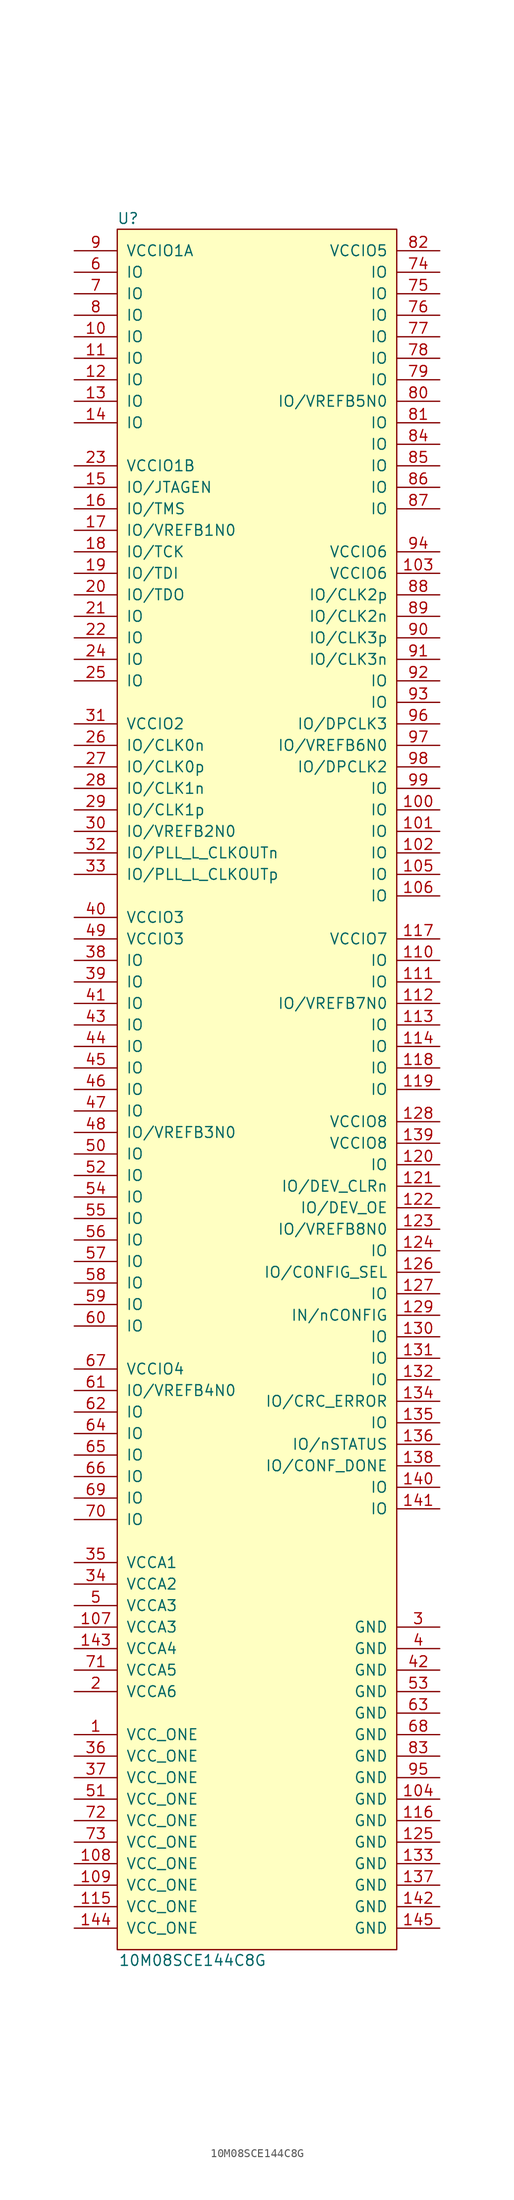
<source format=kicad_sym>
(kicad_symbol_lib
  (version 20241209)
  (generator "kicad_symbol_editor")
  (generator_version "9.0")
  (symbol "10M08SCE144C8G"
    (pin_names
      (offset 1.016))
    (property "Reference" "U"
      (at 1.27 1.27 0)
      (effects (font (size 1.27 1.27))))
    (property "Value" "10M08SCE144C8G"
      (at 8.89 -204.47 0)
      (effects (font (size 1.27 1.27))))
    (symbol "10M08SCE144C8G_0_1"
      (rectangle (start 0 0) (end 33.02 -203.2) (stroke (width 0) (type solid)) (fill (type background))))
    (symbol "10M08SCE144C8G_1_1"
      (pin power_in line (at -5.08 -2.54 0) (length 5.08) (name "VCCIO1A" (effects (font (size 1.27 1.27)))) (number "9" (effects (font (size 1.27 1.27)))))
      (pin bidirectional line (at -5.08 -5.08 0) (length 5.08) (name "IO" (effects (font (size 1.27 1.27)))) (number "6" (effects (font (size 1.27 1.27)))))
      (pin bidirectional line (at -5.08 -7.62 0) (length 5.08) (name "IO" (effects (font (size 1.27 1.27)))) (number "7" (effects (font (size 1.27 1.27)))))
      (pin bidirectional line (at -5.08 -10.16 0) (length 5.08) (name "IO" (effects (font (size 1.27 1.27)))) (number "8" (effects (font (size 1.27 1.27)))))
      (pin bidirectional line (at -5.08 -12.7 0) (length 5.08) (name "IO" (effects (font (size 1.27 1.27)))) (number "10" (effects (font (size 1.27 1.27)))))
      (pin bidirectional line (at -5.08 -15.24 0) (length 5.08) (name "IO" (effects (font (size 1.27 1.27)))) (number "11" (effects (font (size 1.27 1.27)))))
      (pin bidirectional line (at -5.08 -17.78 0) (length 5.08) (name "IO" (effects (font (size 1.27 1.27)))) (number "12" (effects (font (size 1.27 1.27)))))
      (pin bidirectional line (at -5.08 -20.32 0) (length 5.08) (name "IO" (effects (font (size 1.27 1.27)))) (number "13" (effects (font (size 1.27 1.27)))))
      (pin bidirectional line (at -5.08 -22.86 0) (length 5.08) (name "IO" (effects (font (size 1.27 1.27)))) (number "14" (effects (font (size 1.27 1.27)))))
      (pin power_in line (at -5.08 -27.94 0) (length 5.08) (name "VCCIO1B" (effects (font (size 1.27 1.27)))) (number "23" (effects (font (size 1.27 1.27)))))
      (pin bidirectional line (at -5.08 -30.48 0) (length 5.08) (name "IO/JTAGEN" (effects (font (size 1.27 1.27)))) (number "15" (effects (font (size 1.27 1.27)))))
      (pin bidirectional line (at -5.08 -33.02 0) (length 5.08) (name "IO/TMS" (effects (font (size 1.27 1.27)))) (number "16" (effects (font (size 1.27 1.27)))))
      (pin bidirectional line (at -5.08 -35.56 0) (length 5.08) (name "IO/VREFB1N0" (effects (font (size 1.27 1.27)))) (number "17" (effects (font (size 1.27 1.27)))))
      (pin bidirectional line (at -5.08 -38.1 0) (length 5.08) (name "IO/TCK" (effects (font (size 1.27 1.27)))) (number "18" (effects (font (size 1.27 1.27)))))
      (pin bidirectional line (at -5.08 -40.64 0) (length 5.08) (name "IO/TDI" (effects (font (size 1.27 1.27)))) (number "19" (effects (font (size 1.27 1.27)))))
      (pin bidirectional line (at -5.08 -43.18 0) (length 5.08) (name "IO/TDO" (effects (font (size 1.27 1.27)))) (number "20" (effects (font (size 1.27 1.27)))))
      (pin bidirectional line (at -5.08 -45.72 0) (length 5.08) (name "IO" (effects (font (size 1.27 1.27)))) (number "21" (effects (font (size 1.27 1.27)))))
      (pin bidirectional line (at -5.08 -48.26 0) (length 5.08) (name "IO" (effects (font (size 1.27 1.27)))) (number "22" (effects (font (size 1.27 1.27)))))
      (pin bidirectional line (at -5.08 -50.8 0) (length 5.08) (name "IO" (effects (font (size 1.27 1.27)))) (number "24" (effects (font (size 1.27 1.27)))))
      (pin bidirectional line (at -5.08 -53.34 0) (length 5.08) (name "IO" (effects (font (size 1.27 1.27)))) (number "25" (effects (font (size 1.27 1.27)))))
      (pin power_in line (at -5.08 -58.42 0) (length 5.08) (name "VCCIO2" (effects (font (size 1.27 1.27)))) (number "31" (effects (font (size 1.27 1.27)))))
      (pin bidirectional line (at -5.08 -60.96 0) (length 5.08) (name "IO/CLK0n" (effects (font (size 1.27 1.27)))) (number "26" (effects (font (size 1.27 1.27)))))
      (pin bidirectional line (at -5.08 -63.5 0) (length 5.08) (name "IO/CLK0p" (effects (font (size 1.27 1.27)))) (number "27" (effects (font (size 1.27 1.27)))))
      (pin bidirectional line (at -5.08 -66.04 0) (length 5.08) (name "IO/CLK1n" (effects (font (size 1.27 1.27)))) (number "28" (effects (font (size 1.27 1.27)))))
      (pin bidirectional line (at -5.08 -68.58 0) (length 5.08) (name "IO/CLK1p" (effects (font (size 1.27 1.27)))) (number "29" (effects (font (size 1.27 1.27)))))
      (pin bidirectional line (at -5.08 -71.12 0) (length 5.08) (name "IO/VREFB2N0" (effects (font (size 1.27 1.27)))) (number "30" (effects (font (size 1.27 1.27)))))
      (pin bidirectional line (at -5.08 -73.66 0) (length 5.08) (name "IO/PLL_L_CLKOUTn" (effects (font (size 1.27 1.27)))) (number "32" (effects (font (size 1.27 1.27)))))
      (pin bidirectional line (at -5.08 -76.2 0) (length 5.08) (name "IO/PLL_L_CLKOUTp" (effects (font (size 1.27 1.27)))) (number "33" (effects (font (size 1.27 1.27)))))
      (pin power_in line (at -5.08 -81.28 0) (length 5.08) (name "VCCIO3" (effects (font (size 1.27 1.27)))) (number "40" (effects (font (size 1.27 1.27)))))
      (pin power_in line (at -5.08 -83.82 0) (length 5.08) (name "VCCIO3" (effects (font (size 1.27 1.27)))) (number "49" (effects (font (size 1.27 1.27)))))
      (pin bidirectional line (at -5.08 -86.36 0) (length 5.08) (name "IO" (effects (font (size 1.27 1.27)))) (number "38" (effects (font (size 1.27 1.27)))))
      (pin bidirectional line (at -5.08 -88.9 0) (length 5.08) (name "IO" (effects (font (size 1.27 1.27)))) (number "39" (effects (font (size 1.27 1.27)))))
      (pin bidirectional line (at -5.08 -91.44 0) (length 5.08) (name "IO" (effects (font (size 1.27 1.27)))) (number "41" (effects (font (size 1.27 1.27)))))
      (pin bidirectional line (at -5.08 -93.98 0) (length 5.08) (name "IO" (effects (font (size 1.27 1.27)))) (number "43" (effects (font (size 1.27 1.27)))))
      (pin bidirectional line (at -5.08 -96.52 0) (length 5.08) (name "IO" (effects (font (size 1.27 1.27)))) (number "44" (effects (font (size 1.27 1.27)))))
      (pin bidirectional line (at -5.08 -99.06 0) (length 5.08) (name "IO" (effects (font (size 1.27 1.27)))) (number "45" (effects (font (size 1.27 1.27)))))
      (pin bidirectional line (at -5.08 -101.6 0) (length 5.08) (name "IO" (effects (font (size 1.27 1.27)))) (number "46" (effects (font (size 1.27 1.27)))))
      (pin bidirectional line (at -5.08 -104.14 0) (length 5.08) (name "IO" (effects (font (size 1.27 1.27)))) (number "47" (effects (font (size 1.27 1.27)))))
      (pin bidirectional line (at -5.08 -106.68 0) (length 5.08) (name "IO/VREFB3N0" (effects (font (size 1.27 1.27)))) (number "48" (effects (font (size 1.27 1.27)))))
      (pin bidirectional line (at -5.08 -109.22 0) (length 5.08) (name "IO" (effects (font (size 1.27 1.27)))) (number "50" (effects (font (size 1.27 1.27)))))
      (pin bidirectional line (at -5.08 -111.76 0) (length 5.08) (name "IO" (effects (font (size 1.27 1.27)))) (number "52" (effects (font (size 1.27 1.27)))))
      (pin bidirectional line (at -5.08 -114.3 0) (length 5.08) (name "IO" (effects (font (size 1.27 1.27)))) (number "54" (effects (font (size 1.27 1.27)))))
      (pin bidirectional line (at -5.08 -116.84 0) (length 5.08) (name "IO" (effects (font (size 1.27 1.27)))) (number "55" (effects (font (size 1.27 1.27)))))
      (pin bidirectional line (at -5.08 -119.38 0) (length 5.08) (name "IO" (effects (font (size 1.27 1.27)))) (number "56" (effects (font (size 1.27 1.27)))))
      (pin bidirectional line (at -5.08 -121.92 0) (length 5.08) (name "IO" (effects (font (size 1.27 1.27)))) (number "57" (effects (font (size 1.27 1.27)))))
      (pin bidirectional line (at -5.08 -124.46 0) (length 5.08) (name "IO" (effects (font (size 1.27 1.27)))) (number "58" (effects (font (size 1.27 1.27)))))
      (pin bidirectional line (at -5.08 -127 0) (length 5.08) (name "IO" (effects (font (size 1.27 1.27)))) (number "59" (effects (font (size 1.27 1.27)))))
      (pin bidirectional line (at -5.08 -129.54 0) (length 5.08) (name "IO" (effects (font (size 1.27 1.27)))) (number "60" (effects (font (size 1.27 1.27)))))
      (pin power_in line (at -5.08 -134.62 0) (length 5.08) (name "VCCIO4" (effects (font (size 1.27 1.27)))) (number "67" (effects (font (size 1.27 1.27)))))
      (pin bidirectional line (at -5.08 -137.16 0) (length 5.08) (name "IO/VREFB4N0" (effects (font (size 1.27 1.27)))) (number "61" (effects (font (size 1.27 1.27)))))
      (pin bidirectional line (at -5.08 -139.7 0) (length 5.08) (name "IO" (effects (font (size 1.27 1.27)))) (number "62" (effects (font (size 1.27 1.27)))))
      (pin bidirectional line (at -5.08 -142.24 0) (length 5.08) (name "IO" (effects (font (size 1.27 1.27)))) (number "64" (effects (font (size 1.27 1.27)))))
      (pin bidirectional line (at -5.08 -144.78 0) (length 5.08) (name "IO" (effects (font (size 1.27 1.27)))) (number "65" (effects (font (size 1.27 1.27)))))
      (pin bidirectional line (at -5.08 -147.32 0) (length 5.08) (name "IO" (effects (font (size 1.27 1.27)))) (number "66" (effects (font (size 1.27 1.27)))))
      (pin bidirectional line (at -5.08 -149.86 0) (length 5.08) (name "IO" (effects (font (size 1.27 1.27)))) (number "69" (effects (font (size 1.27 1.27)))))
      (pin bidirectional line (at -5.08 -152.4 0) (length 5.08) (name "IO" (effects (font (size 1.27 1.27)))) (number "70" (effects (font (size 1.27 1.27)))))
      (pin power_in line (at -5.08 -157.48 0) (length 5.08) (name "VCCA1" (effects (font (size 1.27 1.27)))) (number "35" (effects (font (size 1.27 1.27)))))
      (pin power_in line (at -5.08 -160.02 0) (length 5.08) (name "VCCA2" (effects (font (size 1.27 1.27)))) (number "34" (effects (font (size 1.27 1.27)))))
      (pin power_in line (at -5.08 -162.56 0) (length 5.08) (name "VCCA3" (effects (font (size 1.27 1.27)))) (number "5" (effects (font (size 1.27 1.27)))))
      (pin power_in line (at -5.08 -165.1 0) (length 5.08) (name "VCCA3" (effects (font (size 1.27 1.27)))) (number "107" (effects (font (size 1.27 1.27)))))
      (pin power_in line (at -5.08 -167.64 0) (length 5.08) (name "VCCA4" (effects (font (size 1.27 1.27)))) (number "143" (effects (font (size 1.27 1.27)))))
      (pin power_in line (at -5.08 -170.18 0) (length 5.08) (name "VCCA5" (effects (font (size 1.27 1.27)))) (number "71" (effects (font (size 1.27 1.27)))))
      (pin power_in line (at -5.08 -172.72 0) (length 5.08) (name "VCCA6" (effects (font (size 1.27 1.27)))) (number "2" (effects (font (size 1.27 1.27)))))
      (pin power_in line (at -5.08 -177.8 0) (length 5.08) (name "VCC_ONE" (effects (font (size 1.27 1.27)))) (number "1" (effects (font (size 1.27 1.27)))))
      (pin power_in line (at -5.08 -180.34 0) (length 5.08) (name "VCC_ONE" (effects (font (size 1.27 1.27)))) (number "36" (effects (font (size 1.27 1.27)))))
      (pin power_in line (at -5.08 -182.88 0) (length 5.08) (name "VCC_ONE" (effects (font (size 1.27 1.27)))) (number "37" (effects (font (size 1.27 1.27)))))
      (pin power_in line (at -5.08 -185.42 0) (length 5.08) (name "VCC_ONE" (effects (font (size 1.27 1.27)))) (number "51" (effects (font (size 1.27 1.27)))))
      (pin power_in line (at -5.08 -187.96 0) (length 5.08) (name "VCC_ONE" (effects (font (size 1.27 1.27)))) (number "72" (effects (font (size 1.27 1.27)))))
      (pin power_in line (at -5.08 -190.5 0) (length 5.08) (name "VCC_ONE" (effects (font (size 1.27 1.27)))) (number "73" (effects (font (size 1.27 1.27)))))
      (pin power_in line (at -5.08 -193.04 0) (length 5.08) (name "VCC_ONE" (effects (font (size 1.27 1.27)))) (number "108" (effects (font (size 1.27 1.27)))))
      (pin power_in line (at -5.08 -195.58 0) (length 5.08) (name "VCC_ONE" (effects (font (size 1.27 1.27)))) (number "109" (effects (font (size 1.27 1.27)))))
      (pin power_in line (at -5.08 -198.12 0) (length 5.08) (name "VCC_ONE" (effects (font (size 1.27 1.27)))) (number "115" (effects (font (size 1.27 1.27)))))
      (pin power_in line (at -5.08 -200.66 0) (length 5.08) (name "VCC_ONE" (effects (font (size 1.27 1.27)))) (number "144" (effects (font (size 1.27 1.27)))))
      (pin power_in line (at 38.1 -2.54 180) (length 5.08) (name "VCCIO5" (effects (font (size 1.27 1.27)))) (number "82" (effects (font (size 1.27 1.27)))))
      (pin bidirectional line (at 38.1 -5.08 180) (length 5.08) (name "IO" (effects (font (size 1.27 1.27)))) (number "74" (effects (font (size 1.27 1.27)))))
      (pin bidirectional line (at 38.1 -7.62 180) (length 5.08) (name "IO" (effects (font (size 1.27 1.27)))) (number "75" (effects (font (size 1.27 1.27)))))
      (pin bidirectional line (at 38.1 -10.16 180) (length 5.08) (name "IO" (effects (font (size 1.27 1.27)))) (number "76" (effects (font (size 1.27 1.27)))))
      (pin bidirectional line (at 38.1 -12.7 180) (length 5.08) (name "IO" (effects (font (size 1.27 1.27)))) (number "77" (effects (font (size 1.27 1.27)))))
      (pin bidirectional line (at 38.1 -15.24 180) (length 5.08) (name "IO" (effects (font (size 1.27 1.27)))) (number "78" (effects (font (size 1.27 1.27)))))
      (pin bidirectional line (at 38.1 -17.78 180) (length 5.08) (name "IO" (effects (font (size 1.27 1.27)))) (number "79" (effects (font (size 1.27 1.27)))))
      (pin bidirectional line (at 38.1 -20.32 180) (length 5.08) (name "IO/VREFB5N0" (effects (font (size 1.27 1.27)))) (number "80" (effects (font (size 1.27 1.27)))))
      (pin bidirectional line (at 38.1 -22.86 180) (length 5.08) (name "IO" (effects (font (size 1.27 1.27)))) (number "81" (effects (font (size 1.27 1.27)))))
      (pin bidirectional line (at 38.1 -25.4 180) (length 5.08) (name "IO" (effects (font (size 1.27 1.27)))) (number "84" (effects (font (size 1.27 1.27)))))
      (pin bidirectional line (at 38.1 -27.94 180) (length 5.08) (name "IO" (effects (font (size 1.27 1.27)))) (number "85" (effects (font (size 1.27 1.27)))))
      (pin bidirectional line (at 38.1 -30.48 180) (length 5.08) (name "IO" (effects (font (size 1.27 1.27)))) (number "86" (effects (font (size 1.27 1.27)))))
      (pin bidirectional line (at 38.1 -33.02 180) (length 5.08) (name "IO" (effects (font (size 1.27 1.27)))) (number "87" (effects (font (size 1.27 1.27)))))
      (pin power_in line (at 38.1 -38.1 180) (length 5.08) (name "VCCIO6" (effects (font (size 1.27 1.27)))) (number "94" (effects (font (size 1.27 1.27)))))
      (pin power_in line (at 38.1 -40.64 180) (length 5.08) (name "VCCIO6" (effects (font (size 1.27 1.27)))) (number "103" (effects (font (size 1.27 1.27)))))
      (pin bidirectional line (at 38.1 -43.18 180) (length 5.08) (name "IO/CLK2p" (effects (font (size 1.27 1.27)))) (number "88" (effects (font (size 1.27 1.27)))))
      (pin bidirectional line (at 38.1 -45.72 180) (length 5.08) (name "IO/CLK2n" (effects (font (size 1.27 1.27)))) (number "89" (effects (font (size 1.27 1.27)))))
      (pin bidirectional line (at 38.1 -48.26 180) (length 5.08) (name "IO/CLK3p" (effects (font (size 1.27 1.27)))) (number "90" (effects (font (size 1.27 1.27)))))
      (pin bidirectional line (at 38.1 -50.8 180) (length 5.08) (name "IO/CLK3n" (effects (font (size 1.27 1.27)))) (number "91" (effects (font (size 1.27 1.27)))))
      (pin bidirectional line (at 38.1 -53.34 180) (length 5.08) (name "IO" (effects (font (size 1.27 1.27)))) (number "92" (effects (font (size 1.27 1.27)))))
      (pin bidirectional line (at 38.1 -55.88 180) (length 5.08) (name "IO" (effects (font (size 1.27 1.27)))) (number "93" (effects (font (size 1.27 1.27)))))
      (pin bidirectional line (at 38.1 -58.42 180) (length 5.08) (name "IO/DPCLK3" (effects (font (size 1.27 1.27)))) (number "96" (effects (font (size 1.27 1.27)))))
      (pin bidirectional line (at 38.1 -60.96 180) (length 5.08) (name "IO/VREFB6N0" (effects (font (size 1.27 1.27)))) (number "97" (effects (font (size 1.27 1.27)))))
      (pin bidirectional line (at 38.1 -63.5 180) (length 5.08) (name "IO/DPCLK2" (effects (font (size 1.27 1.27)))) (number "98" (effects (font (size 1.27 1.27)))))
      (pin bidirectional line (at 38.1 -66.04 180) (length 5.08) (name "IO" (effects (font (size 1.27 1.27)))) (number "99" (effects (font (size 1.27 1.27)))))
      (pin bidirectional line (at 38.1 -68.58 180) (length 5.08) (name "IO" (effects (font (size 1.27 1.27)))) (number "100" (effects (font (size 1.27 1.27)))))
      (pin bidirectional line (at 38.1 -71.12 180) (length 5.08) (name "IO" (effects (font (size 1.27 1.27)))) (number "101" (effects (font (size 1.27 1.27)))))
      (pin bidirectional line (at 38.1 -73.66 180) (length 5.08) (name "IO" (effects (font (size 1.27 1.27)))) (number "102" (effects (font (size 1.27 1.27)))))
      (pin bidirectional line (at 38.1 -76.2 180) (length 5.08) (name "IO" (effects (font (size 1.27 1.27)))) (number "105" (effects (font (size 1.27 1.27)))))
      (pin bidirectional line (at 38.1 -78.74 180) (length 5.08) (name "IO" (effects (font (size 1.27 1.27)))) (number "106" (effects (font (size 1.27 1.27)))))
      (pin power_in line (at 38.1 -83.82 180) (length 5.08) (name "VCCIO7" (effects (font (size 1.27 1.27)))) (number "117" (effects (font (size 1.27 1.27)))))
      (pin bidirectional line (at 38.1 -86.36 180) (length 5.08) (name "IO" (effects (font (size 1.27 1.27)))) (number "110" (effects (font (size 1.27 1.27)))))
      (pin bidirectional line (at 38.1 -88.9 180) (length 5.08) (name "IO" (effects (font (size 1.27 1.27)))) (number "111" (effects (font (size 1.27 1.27)))))
      (pin bidirectional line (at 38.1 -91.44 180) (length 5.08) (name "IO/VREFB7N0" (effects (font (size 1.27 1.27)))) (number "112" (effects (font (size 1.27 1.27)))))
      (pin bidirectional line (at 38.1 -93.98 180) (length 5.08) (name "IO" (effects (font (size 1.27 1.27)))) (number "113" (effects (font (size 1.27 1.27)))))
      (pin bidirectional line (at 38.1 -96.52 180) (length 5.08) (name "IO" (effects (font (size 1.27 1.27)))) (number "114" (effects (font (size 1.27 1.27)))))
      (pin bidirectional line (at 38.1 -99.06 180) (length 5.08) (name "IO" (effects (font (size 1.27 1.27)))) (number "118" (effects (font (size 1.27 1.27)))))
      (pin bidirectional line (at 38.1 -101.6 180) (length 5.08) (name "IO" (effects (font (size 1.27 1.27)))) (number "119" (effects (font (size 1.27 1.27)))))
      (pin power_in line (at 38.1 -105.41 180) (length 5.08) (name "VCCIO8" (effects (font (size 1.27 1.27)))) (number "128" (effects (font (size 1.27 1.27)))))
      (pin power_in line (at 38.1 -107.95 180) (length 5.08) (name "VCCIO8" (effects (font (size 1.27 1.27)))) (number "139" (effects (font (size 1.27 1.27)))))
      (pin bidirectional line (at 38.1 -110.49 180) (length 5.08) (name "IO" (effects (font (size 1.27 1.27)))) (number "120" (effects (font (size 1.27 1.27)))))
      (pin bidirectional line (at 38.1 -113.03 180) (length 5.08) (name "IO/DEV_CLRn" (effects (font (size 1.27 1.27)))) (number "121" (effects (font (size 1.27 1.27)))))
      (pin bidirectional line (at 38.1 -115.57 180) (length 5.08) (name "IO/DEV_OE" (effects (font (size 1.27 1.27)))) (number "122" (effects (font (size 1.27 1.27)))))
      (pin bidirectional line (at 38.1 -118.11 180) (length 5.08) (name "IO/VREFB8N0" (effects (font (size 1.27 1.27)))) (number "123" (effects (font (size 1.27 1.27)))))
      (pin bidirectional line (at 38.1 -120.65 180) (length 5.08) (name "IO" (effects (font (size 1.27 1.27)))) (number "124" (effects (font (size 1.27 1.27)))))
      (pin bidirectional line (at 38.1 -123.19 180) (length 5.08) (name "IO/CONFIG_SEL" (effects (font (size 1.27 1.27)))) (number "126" (effects (font (size 1.27 1.27)))))
      (pin bidirectional line (at 38.1 -125.73 180) (length 5.08) (name "IO" (effects (font (size 1.27 1.27)))) (number "127" (effects (font (size 1.27 1.27)))))
      (pin input line (at 38.1 -128.27 180) (length 5.08) (name "IN/nCONFIG" (effects (font (size 1.27 1.27)))) (number "129" (effects (font (size 1.27 1.27)))))
      (pin bidirectional line (at 38.1 -130.81 180) (length 5.08) (name "IO" (effects (font (size 1.27 1.27)))) (number "130" (effects (font (size 1.27 1.27)))))
      (pin bidirectional line (at 38.1 -133.35 180) (length 5.08) (name "IO" (effects (font (size 1.27 1.27)))) (number "131" (effects (font (size 1.27 1.27)))))
      (pin bidirectional line (at 38.1 -135.89 180) (length 5.08) (name "IO" (effects (font (size 1.27 1.27)))) (number "132" (effects (font (size 1.27 1.27)))))
      (pin bidirectional line (at 38.1 -138.43 180) (length 5.08) (name "IO/CRC_ERROR" (effects (font (size 1.27 1.27)))) (number "134" (effects (font (size 1.27 1.27)))))
      (pin bidirectional line (at 38.1 -140.97 180) (length 5.08) (name "IO" (effects (font (size 1.27 1.27)))) (number "135" (effects (font (size 1.27 1.27)))))
      (pin bidirectional line (at 38.1 -143.51 180) (length 5.08) (name "IO/nSTATUS" (effects (font (size 1.27 1.27)))) (number "136" (effects (font (size 1.27 1.27)))))
      (pin bidirectional line (at 38.1 -146.05 180) (length 5.08) (name "IO/CONF_DONE" (effects (font (size 1.27 1.27)))) (number "138" (effects (font (size 1.27 1.27)))))
      (pin bidirectional line (at 38.1 -148.59 180) (length 5.08) (name "IO" (effects (font (size 1.27 1.27)))) (number "140" (effects (font (size 1.27 1.27)))))
      (pin bidirectional line (at 38.1 -151.13 180) (length 5.08) (name "IO" (effects (font (size 1.27 1.27)))) (number "141" (effects (font (size 1.27 1.27)))))
      (pin power_in line (at 38.1 -165.1 180) (length 5.08) (name "GND" (effects (font (size 1.27 1.27)))) (number "3" (effects (font (size 1.27 1.27)))))
      (pin power_in line (at 38.1 -167.64 180) (length 5.08) (name "GND" (effects (font (size 1.27 1.27)))) (number "4" (effects (font (size 1.27 1.27)))))
      (pin power_in line (at 38.1 -170.18 180) (length 5.08) (name "GND" (effects (font (size 1.27 1.27)))) (number "42" (effects (font (size 1.27 1.27)))))
      (pin power_in line (at 38.1 -172.72 180) (length 5.08) (name "GND" (effects (font (size 1.27 1.27)))) (number "53" (effects (font (size 1.27 1.27)))))
      (pin power_in line (at 38.1 -175.26 180) (length 5.08) (name "GND" (effects (font (size 1.27 1.27)))) (number "63" (effects (font (size 1.27 1.27)))))
      (pin power_in line (at 38.1 -177.8 180) (length 5.08) (name "GND" (effects (font (size 1.27 1.27)))) (number "68" (effects (font (size 1.27 1.27)))))
      (pin power_in line (at 38.1 -180.34 180) (length 5.08) (name "GND" (effects (font (size 1.27 1.27)))) (number "83" (effects (font (size 1.27 1.27)))))
      (pin power_in line (at 38.1 -182.88 180) (length 5.08) (name "GND" (effects (font (size 1.27 1.27)))) (number "95" (effects (font (size 1.27 1.27)))))
      (pin power_in line (at 38.1 -185.42 180) (length 5.08) (name "GND" (effects (font (size 1.27 1.27)))) (number "104" (effects (font (size 1.27 1.27)))))
      (pin power_in line (at 38.1 -187.96 180) (length 5.08) (name "GND" (effects (font (size 1.27 1.27)))) (number "116" (effects (font (size 1.27 1.27)))))
      (pin power_in line (at 38.1 -190.5 180) (length 5.08) (name "GND" (effects (font (size 1.27 1.27)))) (number "125" (effects (font (size 1.27 1.27)))))
      (pin power_in line (at 38.1 -193.04 180) (length 5.08) (name "GND" (effects (font (size 1.27 1.27)))) (number "133" (effects (font (size 1.27 1.27)))))
      (pin power_in line (at 38.1 -195.58 180) (length 5.08) (name "GND" (effects (font (size 1.27 1.27)))) (number "137" (effects (font (size 1.27 1.27)))))
      (pin power_in line (at 38.1 -198.12 180) (length 5.08) (name "GND" (effects (font (size 1.27 1.27)))) (number "142" (effects (font (size 1.27 1.27)))))
      (pin power_in line (at 38.1 -200.66 180) (length 5.08) (name "GND" (effects (font (size 1.27 1.27)))) (number "145" (effects (font (size 1.27 1.27))))))))
</source>
